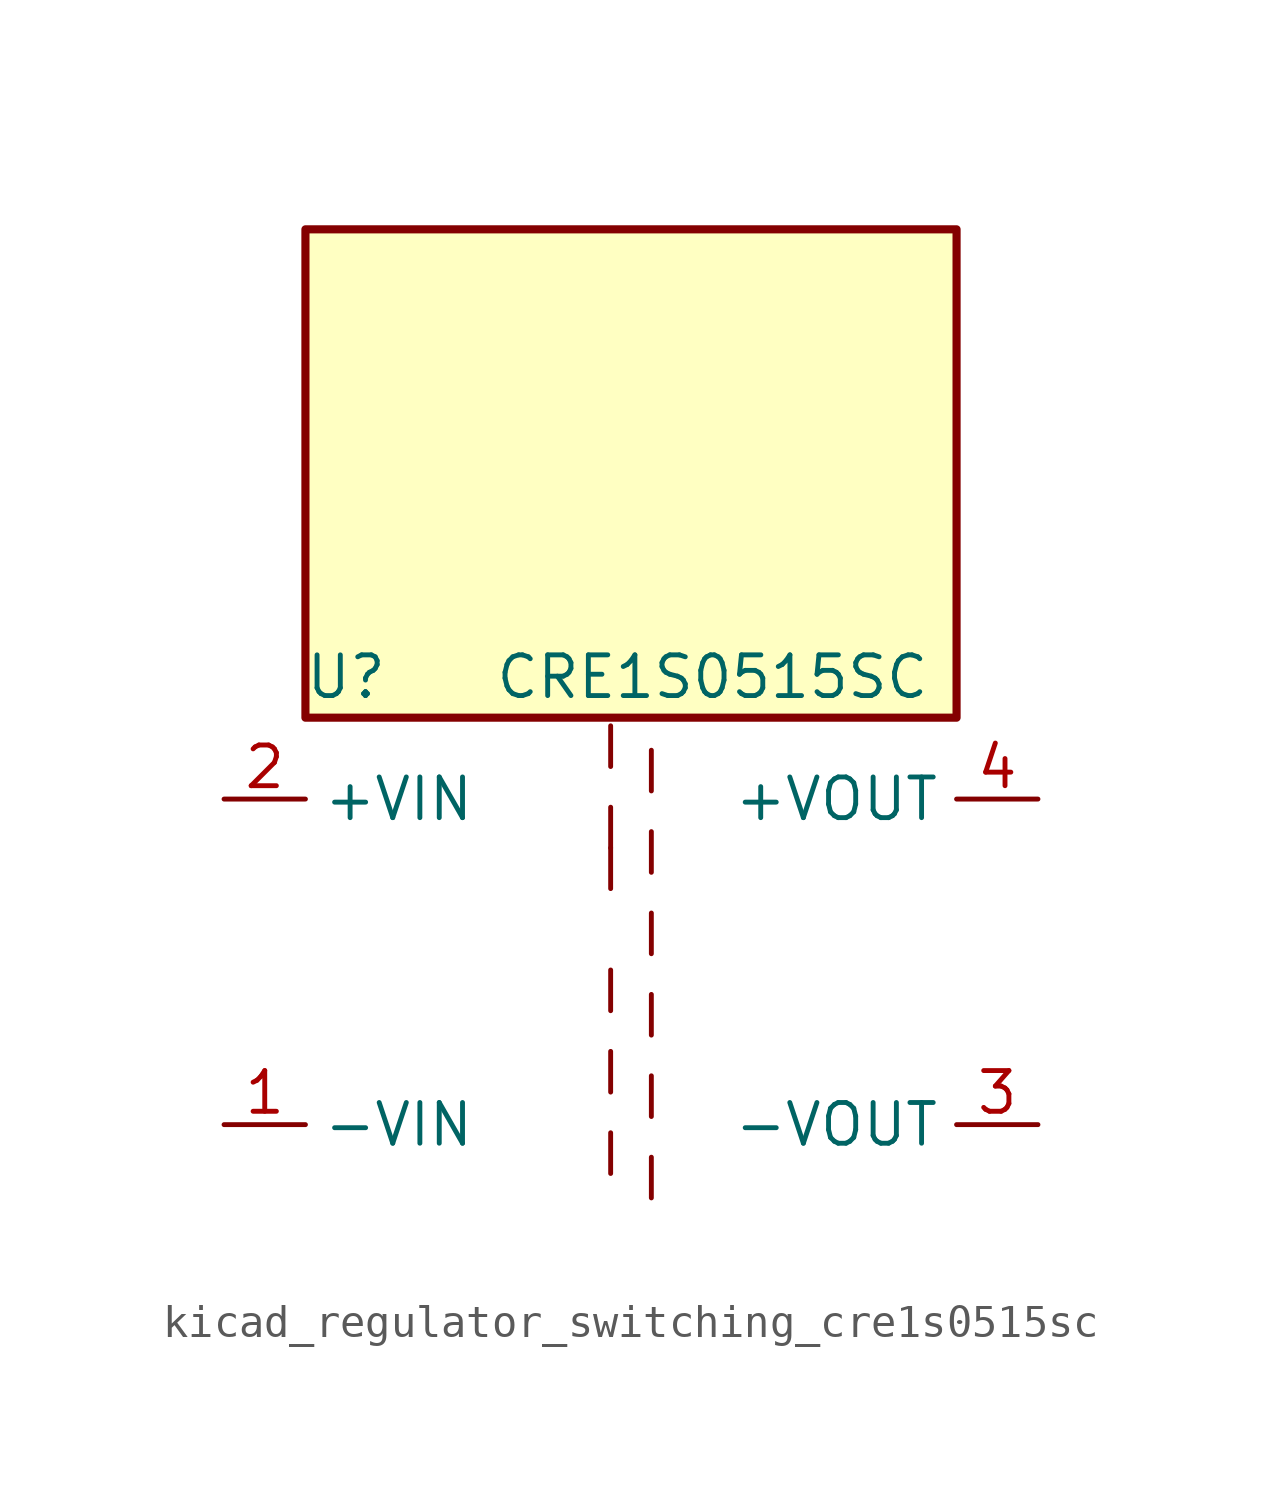
<source format=kicad_sym>
(kicad_symbol_lib
  (version 20220914)
  (generator kicad_symbol_editor)
  (symbol "kicad_regulator_switching_cre1s0515sc"
    (property "Reference" "U"
      (at -8.89 8.89 0)
      (effects (font (size 1.27 1.27))))
    (property "Value" "CRE1S0515SC"
      (at 2.54 8.89 0)
      (effects (font (size 1.27 1.27))))
    (symbol "kicad_regulator_switching_cre1s0515sc_0_1"
      (polyline (pts (xy -0.635 -5.334) (xy -0.635 -6.604)) (stroke (width 0) (type default)) (fill (type none)))
      (polyline (pts (xy -0.635 -2.794) (xy -0.635 -4.064)) (stroke (width 0) (type default)) (fill (type none)))
      (polyline (pts (xy -0.635 -0.254) (xy -0.635 -1.524)) (stroke (width 0) (type default)) (fill (type none)))
      (polyline (pts (xy -0.635 2.286) (xy -0.635 3.556)) (stroke (width 0) (type default)) (fill (type none)))
      (polyline (pts (xy -0.635 4.826) (xy -0.635 3.556)) (stroke (width 0) (type default)) (fill (type none)))
      (polyline (pts (xy -0.635 7.366) (xy -0.635 6.096)) (stroke (width 0) (type default)) (fill (type none)))
      (polyline (pts (xy 0.635 -7.366) (xy 0.635 -6.096)) (stroke (width 0) (type default)) (fill (type none)))
      (polyline (pts (xy 0.635 -4.826) (xy 0.635 -3.556)) (stroke (width 0) (type default)) (fill (type none)))
      (polyline (pts (xy 0.635 -2.286) (xy 0.635 -1.016)) (stroke (width 0) (type default)) (fill (type none)))
      (polyline (pts (xy 0.635 0.254) (xy 0.635 1.524)) (stroke (width 0) (type default)) (fill (type none)))
      (polyline (pts (xy 0.635 2.794) (xy 0.635 4.064)) (stroke (width 0) (type default)) (fill (type none)))
      (polyline (pts (xy 0.635 5.334) (xy 0.635 6.604)) (stroke (width 0) (type default)) (fill (type none)))
      (rectangle (start 10.16 22.86) (end -10.16 7.62) (stroke (width 0.254) (type default)) (fill (type background))))
    (symbol "kicad_regulator_switching_cre1s0515sc_1_1"
      (pin power_in line (at -12.7 -5.08 0) (length 2.54) (name "-VIN" (effects (font (size 1.27 1.27)))) (number "1" (effects (font (size 1.27 1.27)))))
      (pin power_in line (at -12.7 5.08 0) (length 2.54) (name "+VIN" (effects (font (size 1.27 1.27)))) (number "2" (effects (font (size 1.27 1.27)))))
      (pin power_out line (at 12.7 -5.08 180) (length 2.54) (name "-VOUT" (effects (font (size 1.27 1.27)))) (number "3" (effects (font (size 1.27 1.27)))))
      (pin power_out line (at 12.7 5.08 180) (length 2.54) (name "+VOUT" (effects (font (size 1.27 1.27)))) (number "4" (effects (font (size 1.27 1.27))))))))
</source>
